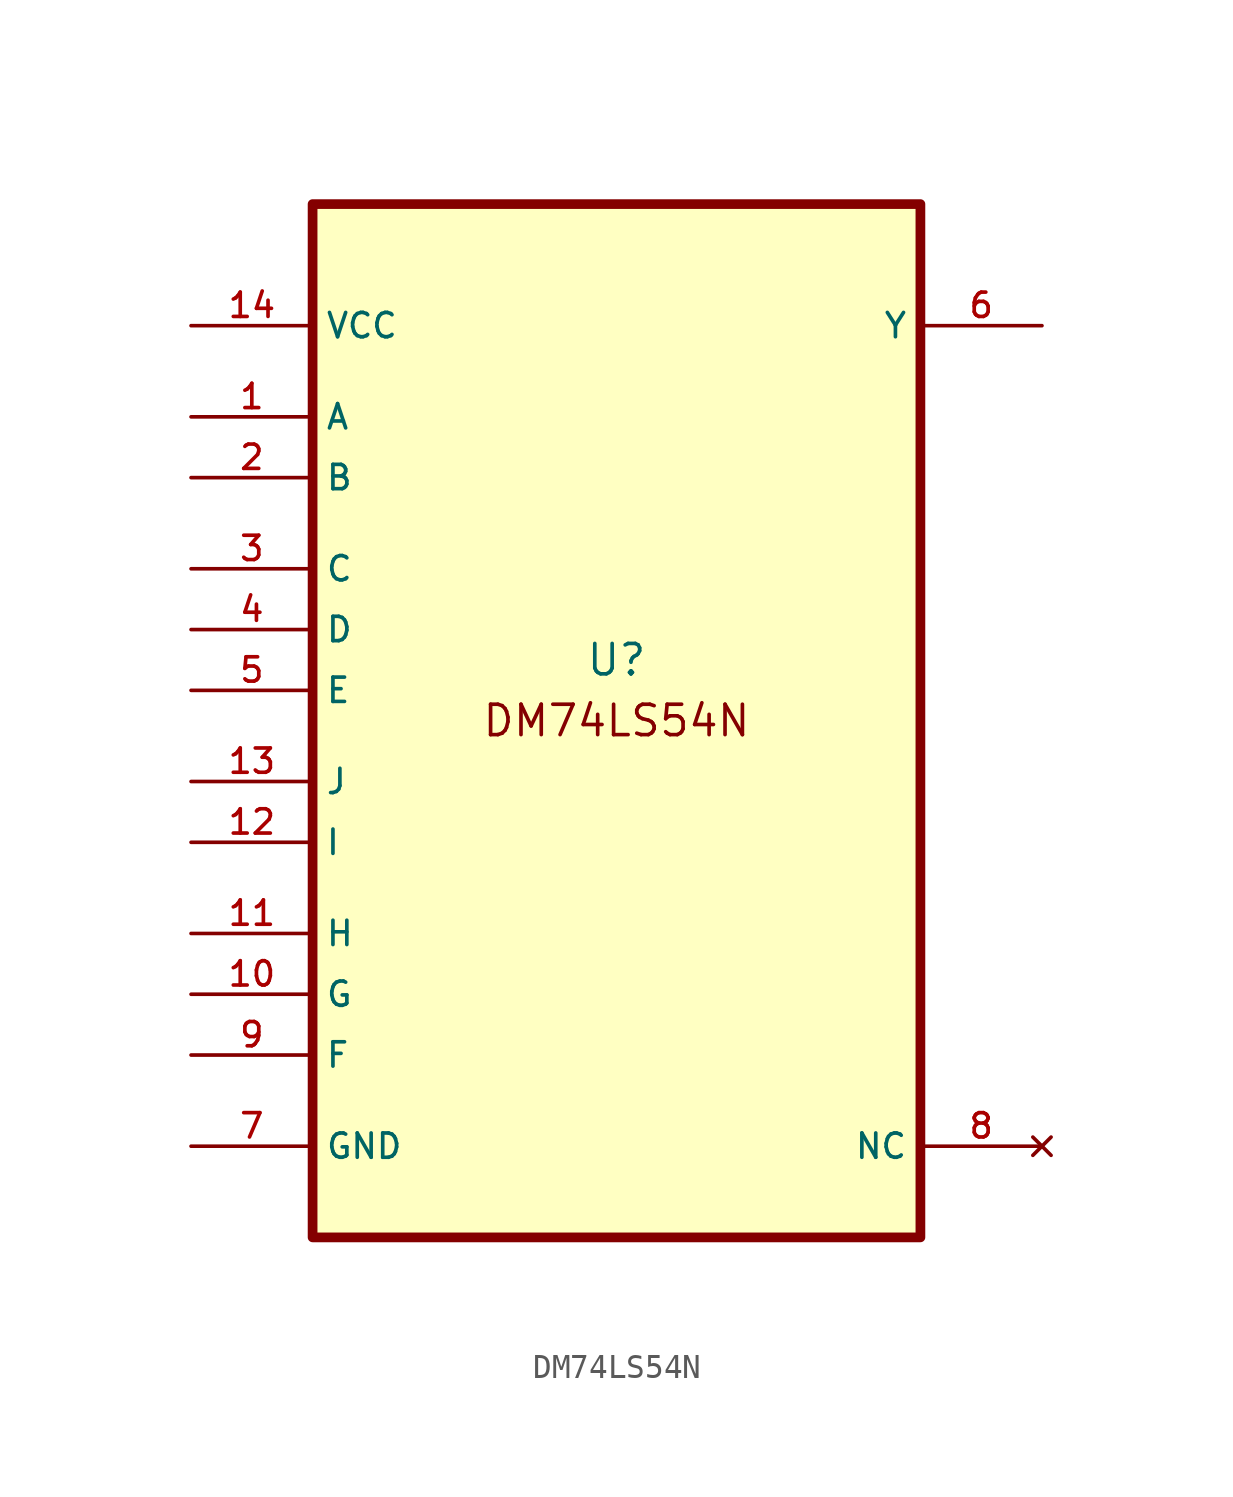
<source format=kicad_sym>
(kicad_symbol_lib
  (version 20220914)
  (generator kicad_symbol_editor)
  (symbol "DM74LS54N"
    (property "Reference" "U"
      (at 0 2.54 0)
      (effects (font (size 1.27 1.27))))
    (property "Value" ""
      (at 0 0 0)
      (effects (font (size 1.27 1.27))))
    (symbol "DM74LS54N_0_0"
      (rectangle (start -12.7 21.59) (end 12.7 -21.59) (stroke (width 0.406) (type default)) (fill (type background)))
      (pin power_in line (at -17.78 16.51 0) (length 5.08) (name "VCC" (effects (font (size 1.016 1.016)))) (number "14" (effects (font (size 1.016 1.016)))))
      (pin passive line (at -17.78 -17.78 0) (length 5.08) (name "GND" (effects (font (size 1.016 1.016)))) (number "7" (effects (font (size 1.016 1.016))))))
    (symbol "DM74LS54N_1_0"
      (pin input line (at -17.78 12.7 0) (length 5.08) (name "A" (effects (font (size 1.016 1.016)))) (number "1" (effects (font (size 1.016 1.016)))))
      (pin input line (at -17.78 -11.43 0) (length 5.08) (name "G" (effects (font (size 1.016 1.016)))) (number "10" (effects (font (size 1.016 1.016)))))
      (pin input line (at -17.78 -8.89 0) (length 5.08) (name "H" (effects (font (size 1.016 1.016)))) (number "11" (effects (font (size 1.016 1.016)))))
      (pin input line (at -17.78 -5.08 0) (length 5.08) (name "I" (effects (font (size 1.016 1.016)))) (number "12" (effects (font (size 1.016 1.016)))))
      (pin input line (at -17.78 -2.54 0) (length 5.08) (name "J" (effects (font (size 1.016 1.016)))) (number "13" (effects (font (size 1.016 1.016)))))
      (pin input line (at -17.78 10.16 0) (length 5.08) (name "B" (effects (font (size 1.016 1.016)))) (number "2" (effects (font (size 1.016 1.016)))))
      (pin input line (at -17.78 6.35 0) (length 5.08) (name "C" (effects (font (size 1.016 1.016)))) (number "3" (effects (font (size 1.016 1.016)))))
      (pin input line (at -17.78 3.81 0) (length 5.08) (name "D" (effects (font (size 1.016 1.016)))) (number "4" (effects (font (size 1.016 1.016)))))
      (pin input line (at -17.78 1.27 0) (length 5.08) (name "E" (effects (font (size 1.016 1.016)))) (number "5" (effects (font (size 1.016 1.016)))))
      (pin output line (at 17.78 16.51 180) (length 5.08) (name "Y" (effects (font (size 1.016 1.016)))) (number "6" (effects (font (size 1.016 1.016)))))
      (pin no_connect line (at 17.78 -17.78 180) (length 5.08) (name "NC" (effects (font (size 1.016 1.016)))) (number "8" (effects (font (size 1.016 1.016)))))
      (pin input line (at -17.78 -13.97 0) (length 5.08) (name "F" (effects (font (size 1.016 1.016)))) (number "9" (effects (font (size 1.016 1.016))))))
    (symbol "DM74LS54N_1_1"
      (text "DM74LS54N\n" (at 0 0 0) (effects (font (size 1.27 1.27)))))))
</source>
